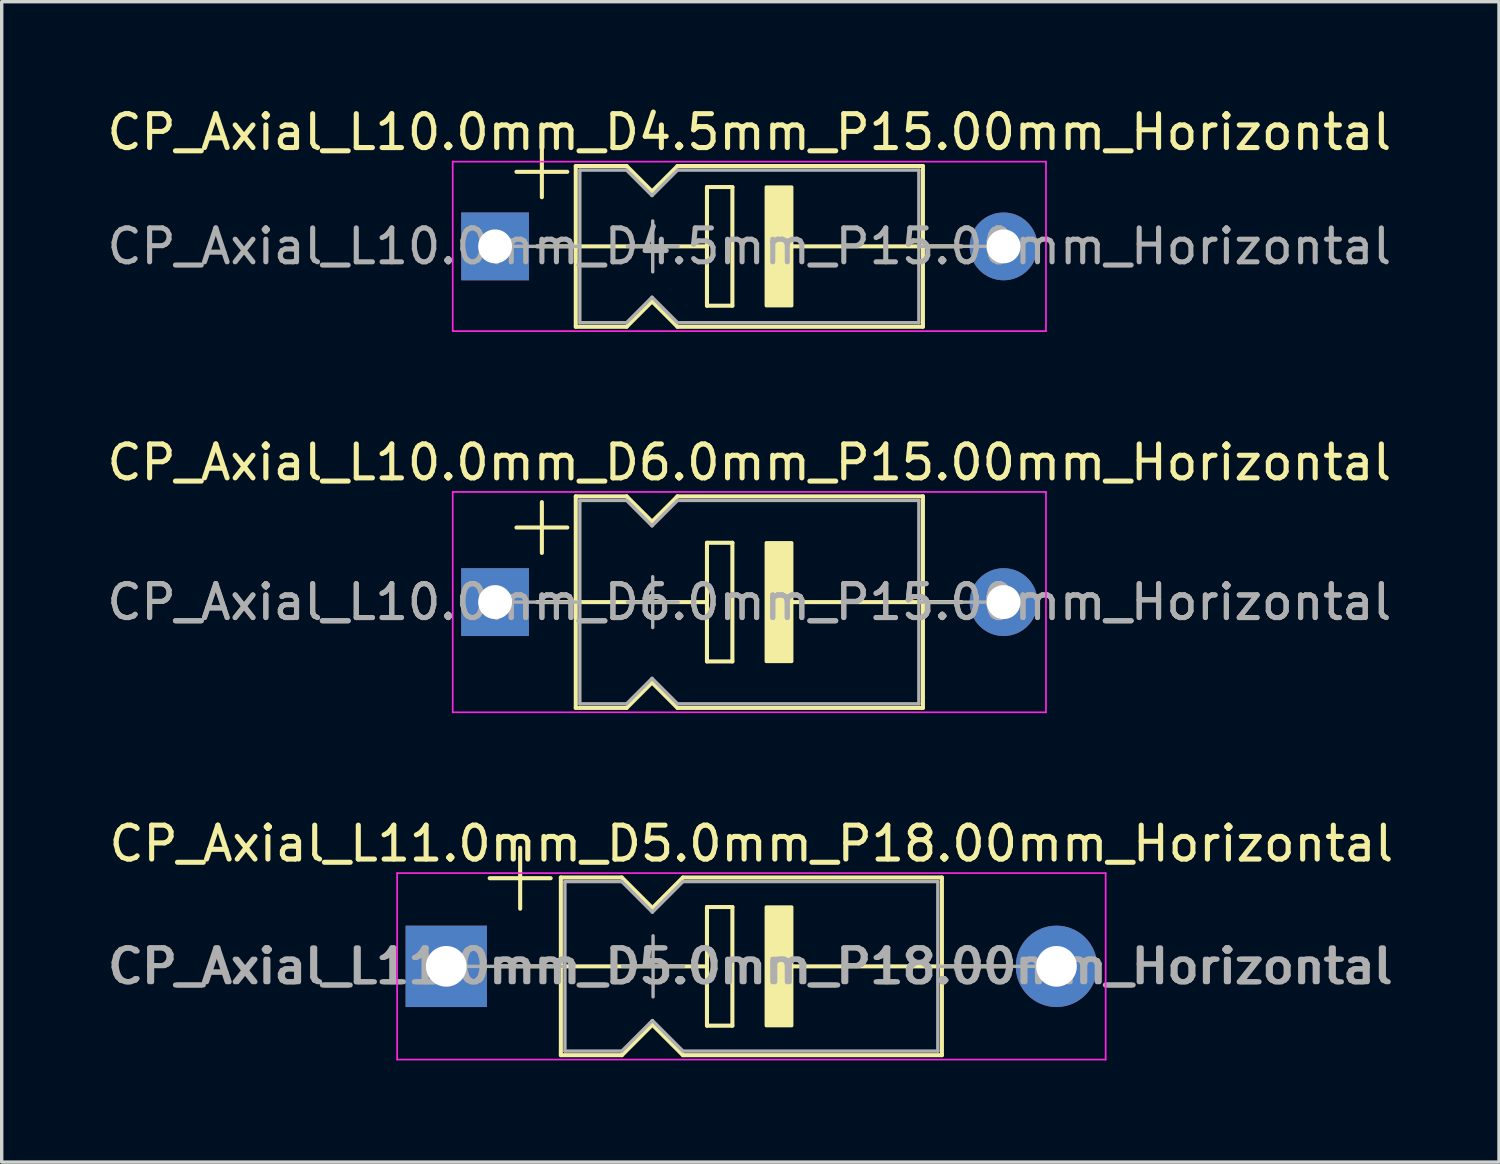
<source format=kicad_pcb>
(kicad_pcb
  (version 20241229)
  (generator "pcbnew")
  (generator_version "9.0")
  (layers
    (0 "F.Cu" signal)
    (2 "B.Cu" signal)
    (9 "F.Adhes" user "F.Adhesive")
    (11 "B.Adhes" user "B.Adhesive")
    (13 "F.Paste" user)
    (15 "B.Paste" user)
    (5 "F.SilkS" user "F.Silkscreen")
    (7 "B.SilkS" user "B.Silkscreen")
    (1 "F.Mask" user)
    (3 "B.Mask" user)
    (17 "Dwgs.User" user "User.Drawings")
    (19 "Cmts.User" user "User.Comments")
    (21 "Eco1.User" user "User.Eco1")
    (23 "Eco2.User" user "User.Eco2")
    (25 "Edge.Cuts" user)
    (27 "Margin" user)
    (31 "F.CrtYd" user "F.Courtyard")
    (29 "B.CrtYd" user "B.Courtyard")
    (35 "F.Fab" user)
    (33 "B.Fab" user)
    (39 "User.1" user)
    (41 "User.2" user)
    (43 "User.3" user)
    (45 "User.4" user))
  (footprint "CP_Axial_L10.0mm_D6.0mm_P15.00mm_Horizontal"
    (layer "F.Cu")
    (at 11.554 14.711)
    (property "Reference" "CP_Axial_L10.0mm_D6.0mm_P15.00mm_Horizontal" (at 7.5 -4.12 0) (layer "F.SilkS") (effects (font (size 1 1) (thickness 0.15))))
    (attr through_hole)
    (fp_line (start 0.63 -2.2) (end 2.13 -2.2) (stroke (width 0.12) (type solid)) (layer "F.SilkS"))
    (fp_line (start 1.24 0) (end 2.38 0) (stroke (width 0.12) (type solid)) (layer "F.SilkS"))
    (fp_line (start 1.38 -2.95) (end 1.38 -1.45) (stroke (width 0.12) (type solid)) (layer "F.SilkS"))
    (fp_line (start 2.38 -3.12) (end 2.38 3.12) (stroke (width 0.12) (type solid)) (layer "F.SilkS"))
    (fp_line (start 2.38 -3.12) (end 3.88 -3.12) (stroke (width 0.12) (type solid)) (layer "F.SilkS"))
    (fp_line (start 2.38 0) (end 6.25 0) (stroke (width 0.12) (type solid)) (layer "F.SilkS"))
    (fp_line (start 2.38 3.12) (end 3.88 3.12) (stroke (width 0.12) (type solid)) (layer "F.SilkS"))
    (fp_line (start 3.88 -3.12) (end 4.63 -2.37) (stroke (width 0.12) (type solid)) (layer "F.SilkS"))
    (fp_line (start 3.88 3.12) (end 4.63 2.37) (stroke (width 0.12) (type solid)) (layer "F.SilkS"))
    (fp_line (start 4.63 -2.37) (end 5.38 -3.12) (stroke (width 0.12) (type solid)) (layer "F.SilkS"))
    (fp_line (start 4.63 2.37) (end 5.38 3.12) (stroke (width 0.12) (type solid)) (layer "F.SilkS"))
    (fp_line (start 5.38 -3.12) (end 12.62 -3.12) (stroke (width 0.12) (type solid)) (layer "F.SilkS"))
    (fp_line (start 5.38 3.12) (end 12.62 3.12) (stroke (width 0.12) (type solid)) (layer "F.SilkS"))
    (fp_line (start 6.25 -1.75) (end 6.25 1.75) (stroke (width 0.12) (type solid)) (layer "F.SilkS"))
    (fp_line (start 6.25 -1.75) (end 7 -1.75) (stroke (width 0.12) (type solid)) (layer "F.SilkS"))
    (fp_line (start 7 -1.75) (end 7 1.75) (stroke (width 0.12) (type solid)) (layer "F.SilkS"))
    (fp_line (start 7 1.75) (end 6.25 1.75) (stroke (width 0.12) (type solid)) (layer "F.SilkS"))
    (fp_line (start 8.75 0) (end 12.62 0) (stroke (width 0.12) (type solid)) (layer "F.SilkS"))
    (fp_line (start 12.62 -3.12) (end 12.62 3.12) (stroke (width 0.12) (type solid)) (layer "F.SilkS"))
    (fp_line (start 13.76 0) (end 12.62 0) (stroke (width 0.12) (type solid)) (layer "F.SilkS"))
    (fp_poly (pts (xy 8.75 1.75) (xy 8 1.75) (xy 8 -1.75) (xy 8.75 -1.75)) (stroke (width 0.1) (type solid)) (fill yes) (layer "F.SilkS"))
    (fp_line (start -1.25 -3.25) (end -1.25 3.25) (stroke (width 0.05) (type solid)) (layer "F.CrtYd"))
    (fp_line (start -1.25 3.25) (end 16.25 3.25) (stroke (width 0.05) (type solid)) (layer "F.CrtYd"))
    (fp_line (start 16.25 -3.25) (end -1.25 -3.25) (stroke (width 0.05) (type solid)) (layer "F.CrtYd"))
    (fp_line (start 16.25 3.25) (end 16.25 -3.25) (stroke (width 0.05) (type solid)) (layer "F.CrtYd"))
    (fp_line (start 0 0) (end 2.5 0) (stroke (width 0.1) (type solid)) (layer "F.Fab"))
    (fp_line (start 2.5 -3) (end 2.5 3) (stroke (width 0.1) (type solid)) (layer "F.Fab"))
    (fp_line (start 2.5 -3) (end 3.88 -3) (stroke (width 0.1) (type solid)) (layer "F.Fab"))
    (fp_line (start 2.5 3) (end 3.88 3) (stroke (width 0.1) (type solid)) (layer "F.Fab"))
    (fp_line (start 3.88 -3) (end 4.63 -2.25) (stroke (width 0.1) (type solid)) (layer "F.Fab"))
    (fp_line (start 3.88 3) (end 4.63 2.25) (stroke (width 0.1) (type solid)) (layer "F.Fab"))
    (fp_line (start 3.9 0) (end 5.4 0) (stroke (width 0.1) (type solid)) (layer "F.Fab"))
    (fp_line (start 4.63 -2.25) (end 5.38 -3) (stroke (width 0.1) (type solid)) (layer "F.Fab"))
    (fp_line (start 4.63 2.25) (end 5.38 3) (stroke (width 0.1) (type solid)) (layer "F.Fab"))
    (fp_line (start 4.65 -0.75) (end 4.65 0.75) (stroke (width 0.1) (type solid)) (layer "F.Fab"))
    (fp_line (start 5.38 -3) (end 12.5 -3) (stroke (width 0.1) (type solid)) (layer "F.Fab"))
    (fp_line (start 5.38 3) (end 12.5 3) (stroke (width 0.1) (type solid)) (layer "F.Fab"))
    (fp_line (start 12.5 -3) (end 12.5 3) (stroke (width 0.1) (type solid)) (layer "F.Fab"))
    (fp_line (start 15 0) (end 12.5 0) (stroke (width 0.1) (type solid)) (layer "F.Fab"))
    (fp_text user "${REFERENCE}" (at 7.5 0 0) (layer "F.Fab") (effects (font (size 1 1) (thickness 0.15))))
    (fp_text user "${REFERENCE}" (at 7.5 0 0) (layer "F.Fab") (effects (font (size 1 1) (thickness 0.15))))
    (pad "1" thru_hole rect (at 0 0) (size 2 2) (drill 1) (layers "*.Cu" "*.Mask"))
    (pad "2" thru_hole oval (at 15 0) (size 2 2) (drill 1) (layers "*.Cu" "*.Mask")))
  (footprint "CP_Axial_L10.0mm_D4.5mm_P15.00mm_Horizontal"
    (layer "F.Cu")
    (at 11.554 4.218)
    (property "Reference" "CP_Axial_L10.0mm_D4.5mm_P15.00mm_Horizontal" (at 7.5 -3.37 0) (layer "F.SilkS") (effects (font (size 1 1) (thickness 0.15))))
    (attr through_hole)
    (fp_line (start 0.63 -2.2) (end 2.13 -2.2) (stroke (width 0.12) (type solid)) (layer "F.SilkS"))
    (fp_line (start 1.24 0) (end 2.38 0) (stroke (width 0.12) (type solid)) (layer "F.SilkS"))
    (fp_line (start 1.38 -2.95) (end 1.38 -1.45) (stroke (width 0.12) (type solid)) (layer "F.SilkS"))
    (fp_line (start 2.38 -2.37) (end 2.38 2.37) (stroke (width 0.12) (type solid)) (layer "F.SilkS"))
    (fp_line (start 2.38 -2.37) (end 3.88 -2.37) (stroke (width 0.12) (type solid)) (layer "F.SilkS"))
    (fp_line (start 2.38 0) (end 6.25 0) (stroke (width 0.12) (type solid)) (layer "F.SilkS"))
    (fp_line (start 2.38 2.37) (end 3.88 2.37) (stroke (width 0.12) (type solid)) (layer "F.SilkS"))
    (fp_line (start 3.88 -2.37) (end 4.63 -1.62) (stroke (width 0.12) (type solid)) (layer "F.SilkS"))
    (fp_line (start 3.88 2.37) (end 4.63 1.62) (stroke (width 0.12) (type solid)) (layer "F.SilkS"))
    (fp_line (start 4.63 -1.62) (end 5.38 -2.37) (stroke (width 0.12) (type solid)) (layer "F.SilkS"))
    (fp_line (start 4.63 1.62) (end 5.38 2.37) (stroke (width 0.12) (type solid)) (layer "F.SilkS"))
    (fp_line (start 5.38 -2.37) (end 12.62 -2.37) (stroke (width 0.12) (type solid)) (layer "F.SilkS"))
    (fp_line (start 5.38 2.37) (end 12.62 2.37) (stroke (width 0.12) (type solid)) (layer "F.SilkS"))
    (fp_line (start 6.25 -1.75) (end 6.25 1.75) (stroke (width 0.12) (type solid)) (layer "F.SilkS"))
    (fp_line (start 6.25 -1.75) (end 7 -1.75) (stroke (width 0.12) (type solid)) (layer "F.SilkS"))
    (fp_line (start 7 -1.75) (end 7 1.75) (stroke (width 0.12) (type solid)) (layer "F.SilkS"))
    (fp_line (start 7 1.75) (end 6.25 1.75) (stroke (width 0.12) (type solid)) (layer "F.SilkS"))
    (fp_line (start 8.75 0) (end 12.62 0) (stroke (width 0.12) (type solid)) (layer "F.SilkS"))
    (fp_line (start 12.62 -2.37) (end 12.62 2.37) (stroke (width 0.12) (type solid)) (layer "F.SilkS"))
    (fp_line (start 13.76 0) (end 12.62 0) (stroke (width 0.12) (type solid)) (layer "F.SilkS"))
    (fp_poly (pts (xy 8.75 1.75) (xy 8 1.75) (xy 8 -1.75) (xy 8.75 -1.75)) (stroke (width 0.1) (type solid)) (fill yes) (layer "F.SilkS"))
    (fp_line (start -1.25 -2.5) (end -1.25 2.5) (stroke (width 0.05) (type solid)) (layer "F.CrtYd"))
    (fp_line (start -1.25 2.5) (end 16.25 2.5) (stroke (width 0.05) (type solid)) (layer "F.CrtYd"))
    (fp_line (start 16.25 -2.5) (end -1.25 -2.5) (stroke (width 0.05) (type solid)) (layer "F.CrtYd"))
    (fp_line (start 16.25 2.5) (end 16.25 -2.5) (stroke (width 0.05) (type solid)) (layer "F.CrtYd"))
    (fp_line (start 0 0) (end 2.5 0) (stroke (width 0.1) (type solid)) (layer "F.Fab"))
    (fp_line (start 2.5 -2.25) (end 2.5 2.25) (stroke (width 0.1) (type solid)) (layer "F.Fab"))
    (fp_line (start 2.5 -2.25) (end 3.88 -2.25) (stroke (width 0.1) (type solid)) (layer "F.Fab"))
    (fp_line (start 2.5 2.25) (end 3.88 2.25) (stroke (width 0.1) (type solid)) (layer "F.Fab"))
    (fp_line (start 3.88 -2.25) (end 4.63 -1.5) (stroke (width 0.1) (type solid)) (layer "F.Fab"))
    (fp_line (start 3.88 2.25) (end 4.63 1.5) (stroke (width 0.1) (type solid)) (layer "F.Fab"))
    (fp_line (start 3.9 0) (end 5.4 0) (stroke (width 0.1) (type solid)) (layer "F.Fab"))
    (fp_line (start 4.63 -1.5) (end 5.38 -2.25) (stroke (width 0.1) (type solid)) (layer "F.Fab"))
    (fp_line (start 4.63 1.5) (end 5.38 2.25) (stroke (width 0.1) (type solid)) (layer "F.Fab"))
    (fp_line (start 4.65 -0.75) (end 4.65 0.75) (stroke (width 0.1) (type solid)) (layer "F.Fab"))
    (fp_line (start 5.38 -2.25) (end 12.5 -2.25) (stroke (width 0.1) (type solid)) (layer "F.Fab"))
    (fp_line (start 5.38 2.25) (end 12.5 2.25) (stroke (width 0.1) (type solid)) (layer "F.Fab"))
    (fp_line (start 12.5 -2.25) (end 12.5 2.25) (stroke (width 0.1) (type solid)) (layer "F.Fab"))
    (fp_line (start 15 0) (end 12.5 0) (stroke (width 0.1) (type solid)) (layer "F.Fab"))
    (fp_text user "${REFERENCE}" (at 7.5 0 0) (layer "F.Fab") (effects (font (size 1 1) (thickness 0.15))))
    (pad "1" thru_hole rect (at 0 0) (size 2 2) (drill 1) (layers "*.Cu" "*.Mask"))
    (pad "2" thru_hole oval (at 15 0) (size 2 2) (drill 1) (layers "*.Cu" "*.Mask")))
  (footprint "CP_Axial_L11.0mm_D5.0mm_P18.00mm_Horizontal"
    (layer "F.Cu")
    (at 10.114 25.455)
    (property "Reference" "CP_Axial_L11.0mm_D5.0mm_P18.00mm_Horizontal" (at 9 -3.62 0) (layer "F.SilkS") (effects (font (size 1 1) (thickness 0.15))))
    (attr through_hole)
    (fp_line (start 1.28 -2.6) (end 3.08 -2.6) (stroke (width 0.12) (type solid)) (layer "F.SilkS"))
    (fp_line (start 1.44 0) (end 3.38 0) (stroke (width 0.12) (type solid)) (layer "F.SilkS"))
    (fp_line (start 2.18 -3.5) (end 2.18 -1.7) (stroke (width 0.12) (type solid)) (layer "F.SilkS"))
    (fp_line (start 3.38 -2.62) (end 3.38 2.62) (stroke (width 0.12) (type solid)) (layer "F.SilkS"))
    (fp_line (start 3.38 -2.62) (end 5.18 -2.62) (stroke (width 0.12) (type solid)) (layer "F.SilkS"))
    (fp_line (start 3.38 0) (end 7.69 0) (stroke (width 0.12) (type solid)) (layer "F.SilkS"))
    (fp_line (start 3.38 2.62) (end 5.18 2.62) (stroke (width 0.12) (type solid)) (layer "F.SilkS"))
    (fp_line (start 5.18 -2.62) (end 6.08 -1.72) (stroke (width 0.12) (type solid)) (layer "F.SilkS"))
    (fp_line (start 5.18 2.62) (end 6.08 1.72) (stroke (width 0.12) (type solid)) (layer "F.SilkS"))
    (fp_line (start 6.08 -1.72) (end 6.98 -2.62) (stroke (width 0.12) (type solid)) (layer "F.SilkS"))
    (fp_line (start 6.08 1.72) (end 6.98 2.62) (stroke (width 0.12) (type solid)) (layer "F.SilkS"))
    (fp_line (start 6.98 -2.62) (end 14.62 -2.62) (stroke (width 0.12) (type solid)) (layer "F.SilkS"))
    (fp_line (start 6.98 2.62) (end 14.62 2.62) (stroke (width 0.12) (type solid)) (layer "F.SilkS"))
    (fp_line (start 7.69 -1.75) (end 7.69 1.75) (stroke (width 0.12) (type solid)) (layer "F.SilkS"))
    (fp_line (start 7.69 -1.75) (end 8.44 -1.75) (stroke (width 0.12) (type solid)) (layer "F.SilkS"))
    (fp_line (start 8.44 -1.75) (end 8.44 1.75) (stroke (width 0.12) (type solid)) (layer "F.SilkS"))
    (fp_line (start 8.44 1.75) (end 7.69 1.75) (stroke (width 0.12) (type solid)) (layer "F.SilkS"))
    (fp_line (start 10.19 0) (end 14.62 0) (stroke (width 0.12) (type solid)) (layer "F.SilkS"))
    (fp_line (start 14.62 -2.62) (end 14.62 2.62) (stroke (width 0.12) (type solid)) (layer "F.SilkS"))
    (fp_line (start 16.56 0) (end 14.62 0) (stroke (width 0.12) (type solid)) (layer "F.SilkS"))
    (fp_poly (pts (xy 10.19 1.75) (xy 9.44 1.75) (xy 9.44 -1.75) (xy 10.19 -1.75)) (stroke (width 0.1) (type solid)) (fill yes) (layer "F.SilkS"))
    (fp_line (start -1.45 -2.75) (end -1.45 2.75) (stroke (width 0.05) (type solid)) (layer "F.CrtYd"))
    (fp_line (start -1.45 2.75) (end 19.45 2.75) (stroke (width 0.05) (type solid)) (layer "F.CrtYd"))
    (fp_line (start 19.45 -2.75) (end -1.45 -2.75) (stroke (width 0.05) (type solid)) (layer "F.CrtYd"))
    (fp_line (start 19.45 2.75) (end 19.45 -2.75) (stroke (width 0.05) (type solid)) (layer "F.CrtYd"))
    (fp_line (start 0 0) (end 3.5 0) (stroke (width 0.1) (type solid)) (layer "F.Fab"))
    (fp_line (start 3.5 -2.5) (end 3.5 2.5) (stroke (width 0.1) (type solid)) (layer "F.Fab"))
    (fp_line (start 3.5 -2.5) (end 5.18 -2.5) (stroke (width 0.1) (type solid)) (layer "F.Fab"))
    (fp_line (start 3.5 2.5) (end 5.18 2.5) (stroke (width 0.1) (type solid)) (layer "F.Fab"))
    (fp_line (start 5.18 -2.5) (end 6.08 -1.6) (stroke (width 0.1) (type solid)) (layer "F.Fab"))
    (fp_line (start 5.18 2.5) (end 6.08 1.6) (stroke (width 0.1) (type solid)) (layer "F.Fab"))
    (fp_line (start 5.2 0) (end 7 0) (stroke (width 0.1) (type solid)) (layer "F.Fab"))
    (fp_line (start 6.08 -1.6) (end 6.98 -2.5) (stroke (width 0.1) (type solid)) (layer "F.Fab"))
    (fp_line (start 6.08 1.6) (end 6.98 2.5) (stroke (width 0.1) (type solid)) (layer "F.Fab"))
    (fp_line (start 6.1 -0.9) (end 6.1 0.9) (stroke (width 0.1) (type solid)) (layer "F.Fab"))
    (fp_line (start 6.98 -2.5) (end 14.5 -2.5) (stroke (width 0.1) (type solid)) (layer "F.Fab"))
    (fp_line (start 6.98 2.5) (end 14.5 2.5) (stroke (width 0.1) (type solid)) (layer "F.Fab"))
    (fp_line (start 14.5 -2.5) (end 14.5 2.5) (stroke (width 0.1) (type solid)) (layer "F.Fab"))
    (fp_line (start 18 0) (end 14.5 0) (stroke (width 0.1) (type solid)) (layer "F.Fab"))
    (fp_text user "${REFERENCE}" (at 9 0 0) (layer "F.Fab") (effects (font (size 1 1) (thickness 0.15))))
    (fp_text user "${REFERENCE}" (at 8.94 0 0) (layer "F.Fab") (effects (font (size 1 1) (thickness 0.15))))
    (pad "1" thru_hole rect (at 0 0) (size 2.4 2.4) (drill 1.2) (layers "*.Cu" "*.Mask"))
    (pad "2" thru_hole oval (at 18 0) (size 2.4 2.4) (drill 1.2) (layers "*.Cu" "*.Mask")))
  (gr_rect
    (start -3 -3)
    (end 41.167 31.23)
    (stroke (width 0.1) (type default))
    (fill no)
    (layer "Edge.Cuts")))
</source>
